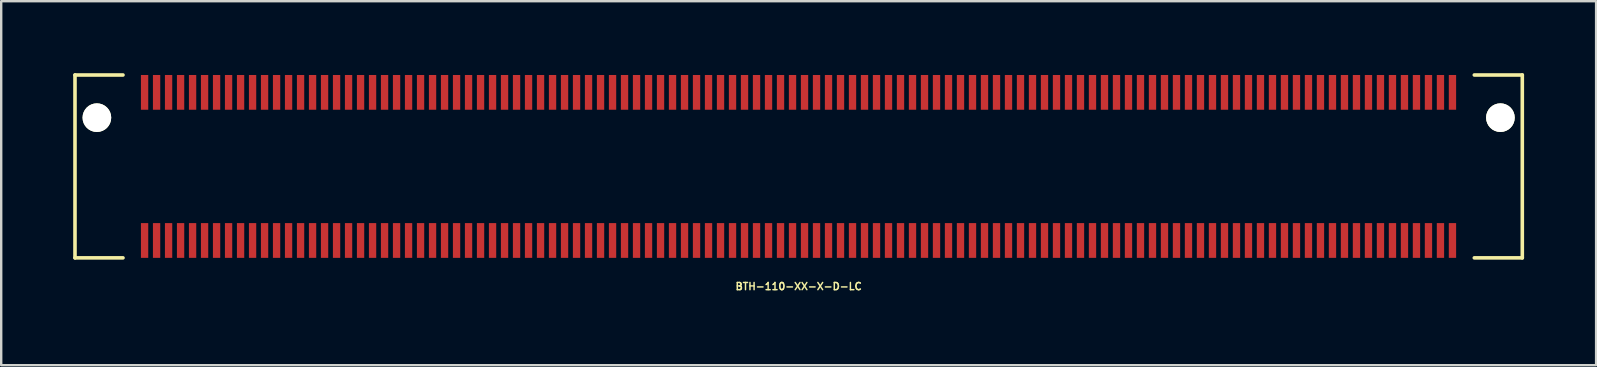
<source format=kicad_pcb>
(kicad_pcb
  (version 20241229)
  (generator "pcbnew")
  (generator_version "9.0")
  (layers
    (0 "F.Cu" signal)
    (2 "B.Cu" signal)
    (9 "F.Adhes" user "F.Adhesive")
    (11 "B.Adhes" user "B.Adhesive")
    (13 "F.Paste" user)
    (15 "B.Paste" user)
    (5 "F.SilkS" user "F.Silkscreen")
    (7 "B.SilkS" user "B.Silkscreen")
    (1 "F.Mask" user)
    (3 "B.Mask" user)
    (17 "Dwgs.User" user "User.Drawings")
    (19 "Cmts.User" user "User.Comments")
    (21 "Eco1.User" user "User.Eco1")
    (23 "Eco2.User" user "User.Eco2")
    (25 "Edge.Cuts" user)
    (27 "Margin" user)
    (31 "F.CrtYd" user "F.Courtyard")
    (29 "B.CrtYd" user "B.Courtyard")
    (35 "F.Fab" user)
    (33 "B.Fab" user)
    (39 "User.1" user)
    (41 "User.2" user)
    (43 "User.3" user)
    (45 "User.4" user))
  (footprint "BTH-110-XX-X-D-LC"
    (layer "F.Cu")
    (at 30.23 3.885)
    (property "Reference" "BTH-110-XX-X-D-LC" (at 0 5 0) (layer "F.SilkS") (effects (font (size 0.3 0.3) (thickness 0.061))))
    (attr smd)
    (fp_line (start -30.155 -3.81) (end -30.155 3.81) (stroke (width 0.15) (type solid)) (layer "F.SilkS"))
    (fp_line (start -30.155 3.81) (end -28.155 3.81) (stroke (width 0.15) (type solid)) (layer "F.SilkS"))
    (fp_line (start -28.155 -3.81) (end -30.155 -3.81) (stroke (width 0.15) (type solid)) (layer "F.SilkS"))
    (fp_line (start 28.155 -3.81) (end 30.155 -3.81) (stroke (width 0.15) (type solid)) (layer "F.SilkS"))
    (fp_line (start 30.155 -3.81) (end 30.155 3.81) (stroke (width 0.15) (type solid)) (layer "F.SilkS"))
    (fp_line (start 30.155 3.81) (end 28.155 3.81) (stroke (width 0.15) (type solid)) (layer "F.SilkS"))
    (pad "" np_thru_hole circle (at -29.243 -2.032) (size 1.194 1.194) (drill 1.194) (layers "*.Cu" "*.Mask" "F.SilkS"))
    (pad "" np_thru_hole circle (at 29.243 -2.032) (size 1.194 1.194) (drill 1.194) (layers "*.Cu" "*.Mask" "F.SilkS"))
    (pad "1" smd rect (at -27.255 -3.086) (size 0.305 1.448) (layers "F.Cu" "F.Mask" "F.Paste"))
    (pad "2" smd rect (at -27.255 3.086) (size 0.305 1.448) (layers "F.Cu" "F.Mask" "F.Paste"))
    (pad "3" smd rect (at -26.755 -3.086) (size 0.305 1.448) (layers "F.Cu" "F.Mask" "F.Paste"))
    (pad "4" smd rect (at -26.755 3.086) (size 0.305 1.448) (layers "F.Cu" "F.Mask" "F.Paste"))
    (pad "5" smd rect (at -26.255 -3.086) (size 0.305 1.448) (layers "F.Cu" "F.Mask" "F.Paste"))
    (pad "6" smd rect (at -26.255 3.086) (size 0.305 1.448) (layers "F.Cu" "F.Mask" "F.Paste"))
    (pad "7" smd rect (at -25.755 -3.086) (size 0.305 1.448) (layers "F.Cu" "F.Mask" "F.Paste"))
    (pad "8" smd rect (at -25.755 3.086) (size 0.305 1.448) (layers "F.Cu" "F.Mask" "F.Paste"))
    (pad "9" smd rect (at -25.255 -3.086) (size 0.305 1.448) (layers "F.Cu" "F.Mask" "F.Paste"))
    (pad "10" smd rect (at -25.255 3.086) (size 0.305 1.448) (layers "F.Cu" "F.Mask" "F.Paste"))
    (pad "11" smd rect (at -24.755 -3.086) (size 0.305 1.448) (layers "F.Cu" "F.Mask" "F.Paste"))
    (pad "12" smd rect (at -24.755 3.086) (size 0.305 1.448) (layers "F.Cu" "F.Mask" "F.Paste"))
    (pad "13" smd rect (at -24.255 -3.086) (size 0.305 1.448) (layers "F.Cu" "F.Mask" "F.Paste"))
    (pad "14" smd rect (at -24.255 3.086) (size 0.305 1.448) (layers "F.Cu" "F.Mask" "F.Paste"))
    (pad "15" smd rect (at -23.755 -3.086) (size 0.305 1.448) (layers "F.Cu" "F.Mask" "F.Paste"))
    (pad "16" smd rect (at -23.755 3.086) (size 0.305 1.448) (layers "F.Cu" "F.Mask" "F.Paste"))
    (pad "17" smd rect (at -23.255 -3.086) (size 0.305 1.448) (layers "F.Cu" "F.Mask" "F.Paste"))
    (pad "18" smd rect (at -23.255 3.086) (size 0.305 1.448) (layers "F.Cu" "F.Mask" "F.Paste"))
    (pad "19" smd rect (at -22.755 -3.086) (size 0.305 1.448) (layers "F.Cu" "F.Mask" "F.Paste"))
    (pad "20" smd rect (at -22.755 3.086) (size 0.305 1.448) (layers "F.Cu" "F.Mask" "F.Paste"))
    (pad "21" smd rect (at -22.255 -3.086) (size 0.305 1.448) (layers "F.Cu" "F.Mask" "F.Paste"))
    (pad "22" smd rect (at -22.255 3.086) (size 0.305 1.448) (layers "F.Cu" "F.Mask" "F.Paste"))
    (pad "23" smd rect (at -21.755 -3.086) (size 0.305 1.448) (layers "F.Cu" "F.Mask" "F.Paste"))
    (pad "24" smd rect (at -21.755 3.086) (size 0.305 1.448) (layers "F.Cu" "F.Mask" "F.Paste"))
    (pad "25" smd rect (at -21.255 -3.086) (size 0.305 1.448) (layers "F.Cu" "F.Mask" "F.Paste"))
    (pad "26" smd rect (at -21.255 3.086) (size 0.305 1.448) (layers "F.Cu" "F.Mask" "F.Paste"))
    (pad "27" smd rect (at -20.755 -3.086) (size 0.305 1.448) (layers "F.Cu" "F.Mask" "F.Paste"))
    (pad "28" smd rect (at -20.755 3.086) (size 0.305 1.448) (layers "F.Cu" "F.Mask" "F.Paste"))
    (pad "29" smd rect (at -20.255 -3.086) (size 0.305 1.448) (layers "F.Cu" "F.Mask" "F.Paste"))
    (pad "30" smd rect (at -20.255 3.086) (size 0.305 1.448) (layers "F.Cu" "F.Mask" "F.Paste"))
    (pad "31" smd rect (at -19.755 -3.086) (size 0.305 1.448) (layers "F.Cu" "F.Mask" "F.Paste"))
    (pad "32" smd rect (at -19.755 3.086) (size 0.305 1.448) (layers "F.Cu" "F.Mask" "F.Paste"))
    (pad "33" smd rect (at -19.255 -3.086) (size 0.305 1.448) (layers "F.Cu" "F.Mask" "F.Paste"))
    (pad "34" smd rect (at -19.255 3.086) (size 0.305 1.448) (layers "F.Cu" "F.Mask" "F.Paste"))
    (pad "35" smd rect (at -18.755 -3.086) (size 0.305 1.448) (layers "F.Cu" "F.Mask" "F.Paste"))
    (pad "36" smd rect (at -18.755 3.086) (size 0.305 1.448) (layers "F.Cu" "F.Mask" "F.Paste"))
    (pad "37" smd rect (at -18.255 -3.086) (size 0.305 1.448) (layers "F.Cu" "F.Mask" "F.Paste"))
    (pad "38" smd rect (at -18.255 3.086) (size 0.305 1.448) (layers "F.Cu" "F.Mask" "F.Paste"))
    (pad "39" smd rect (at -17.755 -3.086) (size 0.305 1.448) (layers "F.Cu" "F.Mask" "F.Paste"))
    (pad "40" smd rect (at -17.755 3.086) (size 0.305 1.448) (layers "F.Cu" "F.Mask" "F.Paste"))
    (pad "41" smd rect (at -17.255 -3.086) (size 0.305 1.448) (layers "F.Cu" "F.Mask" "F.Paste"))
    (pad "42" smd rect (at -17.255 3.086) (size 0.305 1.448) (layers "F.Cu" "F.Mask" "F.Paste"))
    (pad "43" smd rect (at -16.755 -3.086) (size 0.305 1.448) (layers "F.Cu" "F.Mask" "F.Paste"))
    (pad "44" smd rect (at -16.755 3.086) (size 0.305 1.448) (layers "F.Cu" "F.Mask" "F.Paste"))
    (pad "45" smd rect (at -16.255 -3.086) (size 0.305 1.448) (layers "F.Cu" "F.Mask" "F.Paste"))
    (pad "46" smd rect (at -16.255 3.086) (size 0.305 1.448) (layers "F.Cu" "F.Mask" "F.Paste"))
    (pad "47" smd rect (at -15.755 -3.086) (size 0.305 1.448) (layers "F.Cu" "F.Mask" "F.Paste"))
    (pad "48" smd rect (at -15.755 3.086) (size 0.305 1.448) (layers "F.Cu" "F.Mask" "F.Paste"))
    (pad "49" smd rect (at -15.255 -3.086) (size 0.305 1.448) (layers "F.Cu" "F.Mask" "F.Paste"))
    (pad "50" smd rect (at -15.255 3.086) (size 0.305 1.448) (layers "F.Cu" "F.Mask" "F.Paste"))
    (pad "51" smd rect (at -14.755 -3.086) (size 0.305 1.448) (layers "F.Cu" "F.Mask" "F.Paste"))
    (pad "52" smd rect (at -14.755 3.086) (size 0.305 1.448) (layers "F.Cu" "F.Mask" "F.Paste"))
    (pad "53" smd rect (at -14.255 -3.086) (size 0.305 1.448) (layers "F.Cu" "F.Mask" "F.Paste"))
    (pad "54" smd rect (at -14.255 3.086) (size 0.305 1.448) (layers "F.Cu" "F.Mask" "F.Paste"))
    (pad "55" smd rect (at -13.755 -3.086) (size 0.305 1.448) (layers "F.Cu" "F.Mask" "F.Paste"))
    (pad "56" smd rect (at -13.755 3.086) (size 0.305 1.448) (layers "F.Cu" "F.Mask" "F.Paste"))
    (pad "57" smd rect (at -13.255 -3.086) (size 0.305 1.448) (layers "F.Cu" "F.Mask" "F.Paste"))
    (pad "58" smd rect (at -13.255 3.086) (size 0.305 1.448) (layers "F.Cu" "F.Mask" "F.Paste"))
    (pad "59" smd rect (at -12.755 -3.086) (size 0.305 1.448) (layers "F.Cu" "F.Mask" "F.Paste"))
    (pad "60" smd rect (at -12.755 3.086) (size 0.305 1.448) (layers "F.Cu" "F.Mask" "F.Paste"))
    (pad "61" smd rect (at -12.255 -3.086) (size 0.305 1.448) (layers "F.Cu" "F.Mask" "F.Paste"))
    (pad "62" smd rect (at -12.255 3.086) (size 0.305 1.448) (layers "F.Cu" "F.Mask" "F.Paste"))
    (pad "63" smd rect (at -11.755 -3.086) (size 0.305 1.448) (layers "F.Cu" "F.Mask" "F.Paste"))
    (pad "64" smd rect (at -11.755 3.086) (size 0.305 1.448) (layers "F.Cu" "F.Mask" "F.Paste"))
    (pad "65" smd rect (at -11.255 -3.086) (size 0.305 1.448) (layers "F.Cu" "F.Mask" "F.Paste"))
    (pad "66" smd rect (at -11.255 3.086) (size 0.305 1.448) (layers "F.Cu" "F.Mask" "F.Paste"))
    (pad "67" smd rect (at -10.755 -3.086) (size 0.305 1.448) (layers "F.Cu" "F.Mask" "F.Paste"))
    (pad "68" smd rect (at -10.755 3.086) (size 0.305 1.448) (layers "F.Cu" "F.Mask" "F.Paste"))
    (pad "69" smd rect (at -10.255 -3.086) (size 0.305 1.448) (layers "F.Cu" "F.Mask" "F.Paste"))
    (pad "70" smd rect (at -10.255 3.086) (size 0.305 1.448) (layers "F.Cu" "F.Mask" "F.Paste"))
    (pad "71" smd rect (at -9.755 -3.086) (size 0.305 1.448) (layers "F.Cu" "F.Mask" "F.Paste"))
    (pad "72" smd rect (at -9.755 3.086) (size 0.305 1.448) (layers "F.Cu" "F.Mask" "F.Paste"))
    (pad "73" smd rect (at -9.255 -3.086) (size 0.305 1.448) (layers "F.Cu" "F.Mask" "F.Paste"))
    (pad "74" smd rect (at -9.255 3.086) (size 0.305 1.448) (layers "F.Cu" "F.Mask" "F.Paste"))
    (pad "75" smd rect (at -8.755 -3.086) (size 0.305 1.448) (layers "F.Cu" "F.Mask" "F.Paste"))
    (pad "76" smd rect (at -8.755 3.086) (size 0.305 1.448) (layers "F.Cu" "F.Mask" "F.Paste"))
    (pad "77" smd rect (at -8.255 -3.086) (size 0.305 1.448) (layers "F.Cu" "F.Mask" "F.Paste"))
    (pad "78" smd rect (at -8.255 3.086) (size 0.305 1.448) (layers "F.Cu" "F.Mask" "F.Paste"))
    (pad "79" smd rect (at -7.755 -3.086) (size 0.305 1.448) (layers "F.Cu" "F.Mask" "F.Paste"))
    (pad "80" smd rect (at -7.755 3.086) (size 0.305 1.448) (layers "F.Cu" "F.Mask" "F.Paste"))
    (pad "81" smd rect (at -7.255 -3.086) (size 0.305 1.448) (layers "F.Cu" "F.Mask" "F.Paste"))
    (pad "82" smd rect (at -7.255 3.086) (size 0.305 1.448) (layers "F.Cu" "F.Mask" "F.Paste"))
    (pad "83" smd rect (at -6.755 -3.086) (size 0.305 1.448) (layers "F.Cu" "F.Mask" "F.Paste"))
    (pad "84" smd rect (at -6.755 3.086) (size 0.305 1.448) (layers "F.Cu" "F.Mask" "F.Paste"))
    (pad "85" smd rect (at -6.255 -3.086) (size 0.305 1.448) (layers "F.Cu" "F.Mask" "F.Paste"))
    (pad "86" smd rect (at -6.255 3.086) (size 0.305 1.448) (layers "F.Cu" "F.Mask" "F.Paste"))
    (pad "87" smd rect (at -5.755 -3.086) (size 0.305 1.448) (layers "F.Cu" "F.Mask" "F.Paste"))
    (pad "88" smd rect (at -5.755 3.086) (size 0.305 1.448) (layers "F.Cu" "F.Mask" "F.Paste"))
    (pad "89" smd rect (at -5.255 -3.086) (size 0.305 1.448) (layers "F.Cu" "F.Mask" "F.Paste"))
    (pad "90" smd rect (at -5.255 3.086) (size 0.305 1.448) (layers "F.Cu" "F.Mask" "F.Paste"))
    (pad "91" smd rect (at -4.755 -3.086) (size 0.305 1.448) (layers "F.Cu" "F.Mask" "F.Paste"))
    (pad "92" smd rect (at -4.755 3.086) (size 0.305 1.448) (layers "F.Cu" "F.Mask" "F.Paste"))
    (pad "93" smd rect (at -4.255 -3.086) (size 0.305 1.448) (layers "F.Cu" "F.Mask" "F.Paste"))
    (pad "94" smd rect (at -4.255 3.086) (size 0.305 1.448) (layers "F.Cu" "F.Mask" "F.Paste"))
    (pad "95" smd rect (at -3.755 -3.086) (size 0.305 1.448) (layers "F.Cu" "F.Mask" "F.Paste"))
    (pad "96" smd rect (at -3.755 3.086) (size 0.305 1.448) (layers "F.Cu" "F.Mask" "F.Paste"))
    (pad "97" smd rect (at -3.255 -3.086) (size 0.305 1.448) (layers "F.Cu" "F.Mask" "F.Paste"))
    (pad "98" smd rect (at -3.255 3.086) (size 0.305 1.448) (layers "F.Cu" "F.Mask" "F.Paste"))
    (pad "99" smd rect (at -2.755 -3.086) (size 0.305 1.448) (layers "F.Cu" "F.Mask" "F.Paste"))
    (pad "100" smd rect (at -2.755 3.086) (size 0.305 1.448) (layers "F.Cu" "F.Mask" "F.Paste"))
    (pad "101" smd rect (at -2.255 -3.086) (size 0.305 1.448) (layers "F.Cu" "F.Mask" "F.Paste"))
    (pad "102" smd rect (at -2.255 3.086) (size 0.305 1.448) (layers "F.Cu" "F.Mask" "F.Paste"))
    (pad "103" smd rect (at -1.755 -3.086) (size 0.305 1.448) (layers "F.Cu" "F.Mask" "F.Paste"))
    (pad "104" smd rect (at -1.755 3.086) (size 0.305 1.448) (layers "F.Cu" "F.Mask" "F.Paste"))
    (pad "105" smd rect (at -1.255 -3.086) (size 0.305 1.448) (layers "F.Cu" "F.Mask" "F.Paste"))
    (pad "106" smd rect (at -1.255 3.086) (size 0.305 1.448) (layers "F.Cu" "F.Mask" "F.Paste"))
    (pad "107" smd rect (at -0.755 -3.086) (size 0.305 1.448) (layers "F.Cu" "F.Mask" "F.Paste"))
    (pad "108" smd rect (at -0.755 3.086) (size 0.305 1.448) (layers "F.Cu" "F.Mask" "F.Paste"))
    (pad "109" smd rect (at -0.255 -3.086) (size 0.305 1.448) (layers "F.Cu" "F.Mask" "F.Paste"))
    (pad "110" smd rect (at -0.255 3.086) (size 0.305 1.448) (layers "F.Cu" "F.Mask" "F.Paste"))
    (pad "111" smd rect (at 0.245 -3.086) (size 0.305 1.448) (layers "F.Cu" "F.Mask" "F.Paste"))
    (pad "112" smd rect (at 0.245 3.086) (size 0.305 1.448) (layers "F.Cu" "F.Mask" "F.Paste"))
    (pad "113" smd rect (at 0.745 -3.086) (size 0.305 1.448) (layers "F.Cu" "F.Mask" "F.Paste"))
    (pad "114" smd rect (at 0.745 3.086) (size 0.305 1.448) (layers "F.Cu" "F.Mask" "F.Paste"))
    (pad "115" smd rect (at 1.245 -3.086) (size 0.305 1.448) (layers "F.Cu" "F.Mask" "F.Paste"))
    (pad "116" smd rect (at 1.245 3.086) (size 0.305 1.448) (layers "F.Cu" "F.Mask" "F.Paste"))
    (pad "117" smd rect (at 1.745 -3.086) (size 0.305 1.448) (layers "F.Cu" "F.Mask" "F.Paste"))
    (pad "118" smd rect (at 1.745 3.086) (size 0.305 1.448) (layers "F.Cu" "F.Mask" "F.Paste"))
    (pad "119" smd rect (at 2.245 -3.086) (size 0.305 1.448) (layers "F.Cu" "F.Mask" "F.Paste"))
    (pad "120" smd rect (at 2.245 3.086) (size 0.305 1.448) (layers "F.Cu" "F.Mask" "F.Paste"))
    (pad "121" smd rect (at 2.745 -3.086) (size 0.305 1.448) (layers "F.Cu" "F.Mask" "F.Paste"))
    (pad "122" smd rect (at 2.745 3.086) (size 0.305 1.448) (layers "F.Cu" "F.Mask" "F.Paste"))
    (pad "123" smd rect (at 3.245 -3.086) (size 0.305 1.448) (layers "F.Cu" "F.Mask" "F.Paste"))
    (pad "124" smd rect (at 3.245 3.086) (size 0.305 1.448) (layers "F.Cu" "F.Mask" "F.Paste"))
    (pad "125" smd rect (at 3.745 -3.086) (size 0.305 1.448) (layers "F.Cu" "F.Mask" "F.Paste"))
    (pad "126" smd rect (at 3.745 3.086) (size 0.305 1.448) (layers "F.Cu" "F.Mask" "F.Paste"))
    (pad "127" smd rect (at 4.245 -3.086) (size 0.305 1.448) (layers "F.Cu" "F.Mask" "F.Paste"))
    (pad "128" smd rect (at 4.245 3.086) (size 0.305 1.448) (layers "F.Cu" "F.Mask" "F.Paste"))
    (pad "129" smd rect (at 4.745 -3.086) (size 0.305 1.448) (layers "F.Cu" "F.Mask" "F.Paste"))
    (pad "130" smd rect (at 4.745 3.086) (size 0.305 1.448) (layers "F.Cu" "F.Mask" "F.Paste"))
    (pad "131" smd rect (at 5.245 -3.086) (size 0.305 1.448) (layers "F.Cu" "F.Mask" "F.Paste"))
    (pad "132" smd rect (at 5.245 3.086) (size 0.305 1.448) (layers "F.Cu" "F.Mask" "F.Paste"))
    (pad "133" smd rect (at 5.745 -3.086) (size 0.305 1.448) (layers "F.Cu" "F.Mask" "F.Paste"))
    (pad "134" smd rect (at 5.745 3.086) (size 0.305 1.448) (layers "F.Cu" "F.Mask" "F.Paste"))
    (pad "135" smd rect (at 6.245 -3.086) (size 0.305 1.448) (layers "F.Cu" "F.Mask" "F.Paste"))
    (pad "136" smd rect (at 6.245 3.086) (size 0.305 1.448) (layers "F.Cu" "F.Mask" "F.Paste"))
    (pad "137" smd rect (at 6.745 -3.086) (size 0.305 1.448) (layers "F.Cu" "F.Mask" "F.Paste"))
    (pad "138" smd rect (at 6.745 3.086) (size 0.305 1.448) (layers "F.Cu" "F.Mask" "F.Paste"))
    (pad "139" smd rect (at 7.245 -3.086) (size 0.305 1.448) (layers "F.Cu" "F.Mask" "F.Paste"))
    (pad "140" smd rect (at 7.245 3.086) (size 0.305 1.448) (layers "F.Cu" "F.Mask" "F.Paste"))
    (pad "141" smd rect (at 7.745 -3.086) (size 0.305 1.448) (layers "F.Cu" "F.Mask" "F.Paste"))
    (pad "142" smd rect (at 7.745 3.086) (size 0.305 1.448) (layers "F.Cu" "F.Mask" "F.Paste"))
    (pad "143" smd rect (at 8.245 -3.086) (size 0.305 1.448) (layers "F.Cu" "F.Mask" "F.Paste"))
    (pad "144" smd rect (at 8.245 3.086) (size 0.305 1.448) (layers "F.Cu" "F.Mask" "F.Paste"))
    (pad "145" smd rect (at 8.745 -3.086) (size 0.305 1.448) (layers "F.Cu" "F.Mask" "F.Paste"))
    (pad "146" smd rect (at 8.745 3.086) (size 0.305 1.448) (layers "F.Cu" "F.Mask" "F.Paste"))
    (pad "147" smd rect (at 9.245 -3.086) (size 0.305 1.448) (layers "F.Cu" "F.Mask" "F.Paste"))
    (pad "148" smd rect (at 9.245 3.086) (size 0.305 1.448) (layers "F.Cu" "F.Mask" "F.Paste"))
    (pad "149" smd rect (at 9.745 -3.086) (size 0.305 1.448) (layers "F.Cu" "F.Mask" "F.Paste"))
    (pad "150" smd rect (at 9.745 3.086) (size 0.305 1.448) (layers "F.Cu" "F.Mask" "F.Paste"))
    (pad "151" smd rect (at 10.245 -3.086) (size 0.305 1.448) (layers "F.Cu" "F.Mask" "F.Paste"))
    (pad "152" smd rect (at 10.245 3.086) (size 0.305 1.448) (layers "F.Cu" "F.Mask" "F.Paste"))
    (pad "153" smd rect (at 10.745 -3.086) (size 0.305 1.448) (layers "F.Cu" "F.Mask" "F.Paste"))
    (pad "154" smd rect (at 10.745 3.086) (size 0.305 1.448) (layers "F.Cu" "F.Mask" "F.Paste"))
    (pad "155" smd rect (at 11.245 -3.086) (size 0.305 1.448) (layers "F.Cu" "F.Mask" "F.Paste"))
    (pad "156" smd rect (at 11.245 3.086) (size 0.305 1.448) (layers "F.Cu" "F.Mask" "F.Paste"))
    (pad "157" smd rect (at 11.745 -3.086) (size 0.305 1.448) (layers "F.Cu" "F.Mask" "F.Paste"))
    (pad "158" smd rect (at 11.745 3.086) (size 0.305 1.448) (layers "F.Cu" "F.Mask" "F.Paste"))
    (pad "159" smd rect (at 12.245 -3.086) (size 0.305 1.448) (layers "F.Cu" "F.Mask" "F.Paste"))
    (pad "160" smd rect (at 12.245 3.086) (size 0.305 1.448) (layers "F.Cu" "F.Mask" "F.Paste"))
    (pad "161" smd rect (at 12.745 -3.086) (size 0.305 1.448) (layers "F.Cu" "F.Mask" "F.Paste"))
    (pad "162" smd rect (at 12.745 3.086) (size 0.305 1.448) (layers "F.Cu" "F.Mask" "F.Paste"))
    (pad "163" smd rect (at 13.245 -3.086) (size 0.305 1.448) (layers "F.Cu" "F.Mask" "F.Paste"))
    (pad "164" smd rect (at 13.245 3.086) (size 0.305 1.448) (layers "F.Cu" "F.Mask" "F.Paste"))
    (pad "165" smd rect (at 13.745 -3.086) (size 0.305 1.448) (layers "F.Cu" "F.Mask" "F.Paste"))
    (pad "166" smd rect (at 13.745 3.086) (size 0.305 1.448) (layers "F.Cu" "F.Mask" "F.Paste"))
    (pad "167" smd rect (at 14.245 -3.086) (size 0.305 1.448) (layers "F.Cu" "F.Mask" "F.Paste"))
    (pad "168" smd rect (at 14.245 3.086) (size 0.305 1.448) (layers "F.Cu" "F.Mask" "F.Paste"))
    (pad "169" smd rect (at 14.745 -3.086) (size 0.305 1.448) (layers "F.Cu" "F.Mask" "F.Paste"))
    (pad "170" smd rect (at 14.745 3.086) (size 0.305 1.448) (layers "F.Cu" "F.Mask" "F.Paste"))
    (pad "171" smd rect (at 15.245 -3.086) (size 0.305 1.448) (layers "F.Cu" "F.Mask" "F.Paste"))
    (pad "172" smd rect (at 15.245 3.086) (size 0.305 1.448) (layers "F.Cu" "F.Mask" "F.Paste"))
    (pad "173" smd rect (at 15.745 -3.086) (size 0.305 1.448) (layers "F.Cu" "F.Mask" "F.Paste"))
    (pad "174" smd rect (at 15.745 3.086) (size 0.305 1.448) (layers "F.Cu" "F.Mask" "F.Paste"))
    (pad "175" smd rect (at 16.245 -3.086) (size 0.305 1.448) (layers "F.Cu" "F.Mask" "F.Paste"))
    (pad "176" smd rect (at 16.245 3.086) (size 0.305 1.448) (layers "F.Cu" "F.Mask" "F.Paste"))
    (pad "177" smd rect (at 16.745 -3.086) (size 0.305 1.448) (layers "F.Cu" "F.Mask" "F.Paste"))
    (pad "178" smd rect (at 16.745 3.086) (size 0.305 1.448) (layers "F.Cu" "F.Mask" "F.Paste"))
    (pad "179" smd rect (at 17.245 -3.086) (size 0.305 1.448) (layers "F.Cu" "F.Mask" "F.Paste"))
    (pad "180" smd rect (at 17.245 3.086) (size 0.305 1.448) (layers "F.Cu" "F.Mask" "F.Paste"))
    (pad "181" smd rect (at 17.745 -3.086) (size 0.305 1.448) (layers "F.Cu" "F.Mask" "F.Paste"))
    (pad "182" smd rect (at 17.745 3.086) (size 0.305 1.448) (layers "F.Cu" "F.Mask" "F.Paste"))
    (pad "183" smd rect (at 18.245 -3.086) (size 0.305 1.448) (layers "F.Cu" "F.Mask" "F.Paste"))
    (pad "184" smd rect (at 18.245 3.086) (size 0.305 1.448) (layers "F.Cu" "F.Mask" "F.Paste"))
    (pad "185" smd rect (at 18.745 -3.086) (size 0.305 1.448) (layers "F.Cu" "F.Mask" "F.Paste"))
    (pad "186" smd rect (at 18.745 3.086) (size 0.305 1.448) (layers "F.Cu" "F.Mask" "F.Paste"))
    (pad "187" smd rect (at 19.245 -3.086) (size 0.305 1.448) (layers "F.Cu" "F.Mask" "F.Paste"))
    (pad "188" smd rect (at 19.245 3.086) (size 0.305 1.448) (layers "F.Cu" "F.Mask" "F.Paste"))
    (pad "189" smd rect (at 19.745 -3.086) (size 0.305 1.448) (layers "F.Cu" "F.Mask" "F.Paste"))
    (pad "190" smd rect (at 19.745 3.086) (size 0.305 1.448) (layers "F.Cu" "F.Mask" "F.Paste"))
    (pad "191" smd rect (at 20.245 -3.086) (size 0.305 1.448) (layers "F.Cu" "F.Mask" "F.Paste"))
    (pad "192" smd rect (at 20.245 3.086) (size 0.305 1.448) (layers "F.Cu" "F.Mask" "F.Paste"))
    (pad "193" smd rect (at 20.745 -3.086) (size 0.305 1.448) (layers "F.Cu" "F.Mask" "F.Paste"))
    (pad "194" smd rect (at 20.745 3.086) (size 0.305 1.448) (layers "F.Cu" "F.Mask" "F.Paste"))
    (pad "195" smd rect (at 21.245 -3.086) (size 0.305 1.448) (layers "F.Cu" "F.Mask" "F.Paste"))
    (pad "196" smd rect (at 21.245 3.086) (size 0.305 1.448) (layers "F.Cu" "F.Mask" "F.Paste"))
    (pad "197" smd rect (at 21.745 -3.086) (size 0.305 1.448) (layers "F.Cu" "F.Mask" "F.Paste"))
    (pad "198" smd rect (at 21.745 3.086) (size 0.305 1.448) (layers "F.Cu" "F.Mask" "F.Paste"))
    (pad "199" smd rect (at 22.245 -3.086) (size 0.305 1.448) (layers "F.Cu" "F.Mask" "F.Paste"))
    (pad "200" smd rect (at 22.245 3.086) (size 0.305 1.448) (layers "F.Cu" "F.Mask" "F.Paste"))
    (pad "201" smd rect (at 22.745 -3.086) (size 0.305 1.448) (layers "F.Cu" "F.Mask" "F.Paste"))
    (pad "202" smd rect (at 22.745 3.086) (size 0.305 1.448) (layers "F.Cu" "F.Mask" "F.Paste"))
    (pad "203" smd rect (at 23.245 -3.086) (size 0.305 1.448) (layers "F.Cu" "F.Mask" "F.Paste"))
    (pad "204" smd rect (at 23.245 3.086) (size 0.305 1.448) (layers "F.Cu" "F.Mask" "F.Paste"))
    (pad "205" smd rect (at 23.745 -3.086) (size 0.305 1.448) (layers "F.Cu" "F.Mask" "F.Paste"))
    (pad "206" smd rect (at 23.745 3.086) (size 0.305 1.448) (layers "F.Cu" "F.Mask" "F.Paste"))
    (pad "207" smd rect (at 24.245 -3.086) (size 0.305 1.448) (layers "F.Cu" "F.Mask" "F.Paste"))
    (pad "208" smd rect (at 24.245 3.086) (size 0.305 1.448) (layers "F.Cu" "F.Mask" "F.Paste"))
    (pad "209" smd rect (at 24.745 -3.086) (size 0.305 1.448) (layers "F.Cu" "F.Mask" "F.Paste"))
    (pad "210" smd rect (at 24.745 3.086) (size 0.305 1.448) (layers "F.Cu" "F.Mask" "F.Paste"))
    (pad "211" smd rect (at 25.245 -3.086) (size 0.305 1.448) (layers "F.Cu" "F.Mask" "F.Paste"))
    (pad "212" smd rect (at 25.245 3.086) (size 0.305 1.448) (layers "F.Cu" "F.Mask" "F.Paste"))
    (pad "213" smd rect (at 25.745 -3.086) (size 0.305 1.448) (layers "F.Cu" "F.Mask" "F.Paste"))
    (pad "214" smd rect (at 25.745 3.086) (size 0.305 1.448) (layers "F.Cu" "F.Mask" "F.Paste"))
    (pad "215" smd rect (at 26.245 -3.086) (size 0.305 1.448) (layers "F.Cu" "F.Mask" "F.Paste"))
    (pad "216" smd rect (at 26.245 3.086) (size 0.305 1.448) (layers "F.Cu" "F.Mask" "F.Paste"))
    (pad "217" smd rect (at 26.745 -3.086) (size 0.305 1.448) (layers "F.Cu" "F.Mask" "F.Paste"))
    (pad "218" smd rect (at 26.745 3.086) (size 0.305 1.448) (layers "F.Cu" "F.Mask" "F.Paste"))
    (pad "219" smd rect (at 27.245 -3.086) (size 0.305 1.448) (layers "F.Cu" "F.Mask" "F.Paste"))
    (pad "220" smd rect (at 27.245 3.086) (size 0.305 1.448) (layers "F.Cu" "F.Mask" "F.Paste")))
  (gr_rect
    (start -3 -3)
    (end 63.461 12.167)
    (stroke (width 0.1) (type default))
    (fill no)
    (layer "Edge.Cuts")))
</source>
